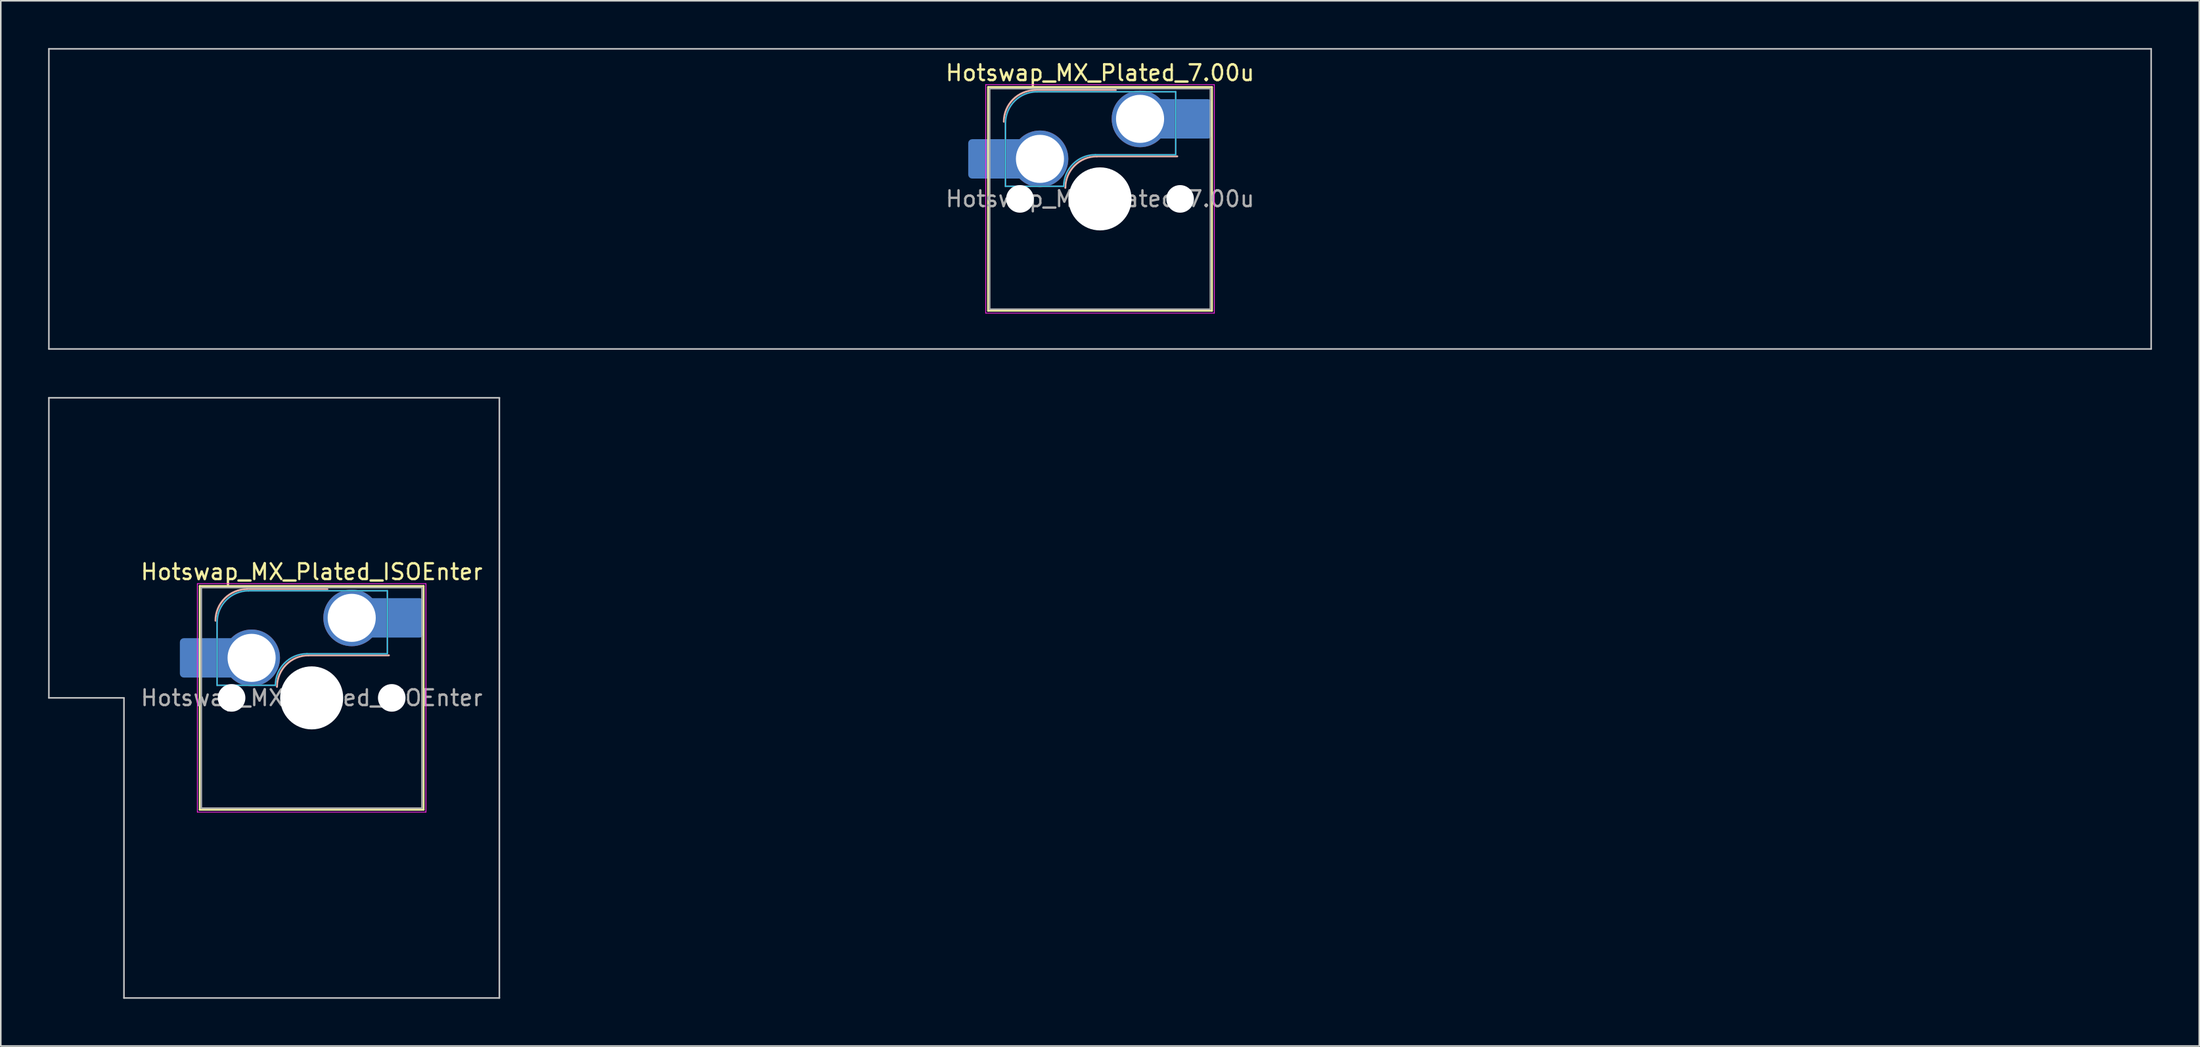
<source format=kicad_pcb>
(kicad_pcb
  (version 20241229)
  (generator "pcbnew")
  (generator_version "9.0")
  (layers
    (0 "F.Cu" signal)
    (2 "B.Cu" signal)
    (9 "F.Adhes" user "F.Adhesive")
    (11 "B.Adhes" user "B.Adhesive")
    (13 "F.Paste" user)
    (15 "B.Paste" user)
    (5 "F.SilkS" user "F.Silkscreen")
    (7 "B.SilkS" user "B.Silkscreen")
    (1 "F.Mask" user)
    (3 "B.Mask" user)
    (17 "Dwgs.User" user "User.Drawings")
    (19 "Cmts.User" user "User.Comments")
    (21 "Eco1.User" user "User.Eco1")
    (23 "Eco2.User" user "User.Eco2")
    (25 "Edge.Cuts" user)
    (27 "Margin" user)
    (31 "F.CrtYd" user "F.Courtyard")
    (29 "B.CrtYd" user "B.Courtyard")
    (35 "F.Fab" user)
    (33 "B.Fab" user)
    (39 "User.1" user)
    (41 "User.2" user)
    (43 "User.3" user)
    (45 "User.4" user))
  (footprint "Hotswap_MX_Plated_7.00u"
    (layer "F.Cu")
    (at 66.725 9.575)
    (property "Reference" "Hotswap_MX_Plated_7.00u" (at 0 -8 0) (layer "F.SilkS") (effects (font (size 1 1) (thickness 0.15))))
    (attr smd)
    (fp_line (start -7.1 -7.1) (end -7.1 7.1) (stroke (width 0.12) (type solid)) (layer "F.SilkS"))
    (fp_line (start -7.1 7.1) (end 7.1 7.1) (stroke (width 0.12) (type solid)) (layer "F.SilkS"))
    (fp_line (start 7.1 -7.1) (end -7.1 -7.1) (stroke (width 0.12) (type solid)) (layer "F.SilkS"))
    (fp_line (start 7.1 7.1) (end 7.1 -7.1) (stroke (width 0.12) (type solid)) (layer "F.SilkS"))
    (fp_line (start -4.1 -6.9) (end 1 -6.9) (stroke (width 0.12) (type solid)) (layer "B.SilkS"))
    (fp_line (start -0.2 -2.7) (end 4.9 -2.7) (stroke (width 0.12) (type solid)) (layer "B.SilkS"))
    (fp_arc (start -6.1 -4.9) (mid -5.514214 -6.314214) (end -4.1 -6.9) (stroke (width 0.12) (type solid)) (layer "B.SilkS"))
    (fp_arc (start -2.2 -0.7) (mid -1.614214 -2.114214) (end -0.2 -2.7) (stroke (width 0.12) (type solid)) (layer "B.SilkS"))
    (fp_line (start -66.675 -9.525) (end -66.675 9.525) (stroke (width 0.1) (type solid)) (layer "Dwgs.User"))
    (fp_line (start -66.675 9.525) (end 66.675 9.525) (stroke (width 0.1) (type solid)) (layer "Dwgs.User"))
    (fp_line (start 66.675 -9.525) (end -66.675 -9.525) (stroke (width 0.1) (type solid)) (layer "Dwgs.User"))
    (fp_line (start 66.675 9.525) (end 66.675 -9.525) (stroke (width 0.1) (type solid)) (layer "Dwgs.User"))
    (fp_line (start -7.8 -6) (end -7 -6) (stroke (width 0.1) (type solid)) (layer "Eco1.User"))
    (fp_line (start -7.8 -2.9) (end -7.8 -6) (stroke (width 0.1) (type solid)) (layer "Eco1.User"))
    (fp_line (start -7.8 2.9) (end -7 2.9) (stroke (width 0.1) (type solid)) (layer "Eco1.User"))
    (fp_line (start -7.8 6) (end -7.8 2.9) (stroke (width 0.1) (type solid)) (layer "Eco1.User"))
    (fp_line (start -7 -7) (end 7 -7) (stroke (width 0.1) (type solid)) (layer "Eco1.User"))
    (fp_line (start -7 -6) (end -7 -7) (stroke (width 0.1) (type solid)) (layer "Eco1.User"))
    (fp_line (start -7 -2.9) (end -7.8 -2.9) (stroke (width 0.1) (type solid)) (layer "Eco1.User"))
    (fp_line (start -7 2.9) (end -7 -2.9) (stroke (width 0.1) (type solid)) (layer "Eco1.User"))
    (fp_line (start -7 6) (end -7.8 6) (stroke (width 0.1) (type solid)) (layer "Eco1.User"))
    (fp_line (start -7 7) (end -7 6) (stroke (width 0.1) (type solid)) (layer "Eco1.User"))
    (fp_line (start 7 -7) (end 7 -6) (stroke (width 0.1) (type solid)) (layer "Eco1.User"))
    (fp_line (start 7 -6) (end 7.8 -6) (stroke (width 0.1) (type solid)) (layer "Eco1.User"))
    (fp_line (start 7 -2.9) (end 7 2.9) (stroke (width 0.1) (type solid)) (layer "Eco1.User"))
    (fp_line (start 7 2.9) (end 7.8 2.9) (stroke (width 0.1) (type solid)) (layer "Eco1.User"))
    (fp_line (start 7 6) (end 7 7) (stroke (width 0.1) (type solid)) (layer "Eco1.User"))
    (fp_line (start 7 7) (end -7 7) (stroke (width 0.1) (type solid)) (layer "Eco1.User"))
    (fp_line (start 7.8 -6) (end 7.8 -2.9) (stroke (width 0.1) (type solid)) (layer "Eco1.User"))
    (fp_line (start 7.8 -2.9) (end 7 -2.9) (stroke (width 0.1) (type solid)) (layer "Eco1.User"))
    (fp_line (start 7.8 2.9) (end 7.8 6) (stroke (width 0.1) (type solid)) (layer "Eco1.User"))
    (fp_line (start 7.8 6) (end 7 6) (stroke (width 0.1) (type solid)) (layer "Eco1.User"))
    (fp_line (start -6 -0.8) (end -6 -4.8) (stroke (width 0.05) (type solid)) (layer "B.CrtYd"))
    (fp_line (start -6 -0.8) (end -2.3 -0.8) (stroke (width 0.05) (type solid)) (layer "B.CrtYd"))
    (fp_line (start -4 -6.8) (end 4.8 -6.8) (stroke (width 0.05) (type solid)) (layer "B.CrtYd"))
    (fp_line (start -0.3 -2.8) (end 4.8 -2.8) (stroke (width 0.05) (type solid)) (layer "B.CrtYd"))
    (fp_line (start 4.8 -6.8) (end 4.8 -2.8) (stroke (width 0.05) (type solid)) (layer "B.CrtYd"))
    (fp_arc (start -6 -4.8) (mid -5.414214 -6.214214) (end -4 -6.8) (stroke (width 0.05) (type solid)) (layer "B.CrtYd"))
    (fp_arc (start -2.3 -0.8) (mid -1.714214 -2.214214) (end -0.3 -2.8) (stroke (width 0.05) (type solid)) (layer "B.CrtYd"))
    (fp_line (start -7.25 -7.25) (end -7.25 7.25) (stroke (width 0.05) (type solid)) (layer "F.CrtYd"))
    (fp_line (start -7.25 7.25) (end 7.25 7.25) (stroke (width 0.05) (type solid)) (layer "F.CrtYd"))
    (fp_line (start 7.25 -7.25) (end -7.25 -7.25) (stroke (width 0.05) (type solid)) (layer "F.CrtYd"))
    (fp_line (start 7.25 7.25) (end 7.25 -7.25) (stroke (width 0.05) (type solid)) (layer "F.CrtYd"))
    (fp_line (start -6 -0.8) (end -6 -4.8) (stroke (width 0.12) (type solid)) (layer "B.Fab"))
    (fp_line (start -6 -0.8) (end -2.3 -0.8) (stroke (width 0.12) (type solid)) (layer "B.Fab"))
    (fp_line (start -4 -6.8) (end 4.8 -6.8) (stroke (width 0.12) (type solid)) (layer "B.Fab"))
    (fp_line (start -0.3 -2.8) (end 4.8 -2.8) (stroke (width 0.12) (type solid)) (layer "B.Fab"))
    (fp_line (start 4.8 -6.8) (end 4.8 -2.8) (stroke (width 0.12) (type solid)) (layer "B.Fab"))
    (fp_arc (start -6 -4.8) (mid -5.414214 -6.214214) (end -4 -6.8) (stroke (width 0.12) (type solid)) (layer "B.Fab"))
    (fp_arc (start -2.3 -0.8) (mid -1.714214 -2.214214) (end -0.3 -2.8) (stroke (width 0.12) (type solid)) (layer "B.Fab"))
    (fp_line (start -7 -7) (end -7 7) (stroke (width 0.1) (type solid)) (layer "F.Fab"))
    (fp_line (start -7 7) (end 7 7) (stroke (width 0.1) (type solid)) (layer "F.Fab"))
    (fp_line (start 7 -7) (end -7 -7) (stroke (width 0.1) (type solid)) (layer "F.Fab"))
    (fp_line (start 7 7) (end 7 -7) (stroke (width 0.1) (type solid)) (layer "F.Fab"))
    (fp_text user "${REFERENCE}" (at 0 0 0) (layer "F.Fab") (effects (font (size 1 1) (thickness 0.15))))
    (pad "" smd roundrect (at -7.085 -2.54) (size 2.55 2.5) (layers "B.Mask" "B.Paste") (roundrect_rratio 0.1))
    (pad "" np_thru_hole circle (at -5.08 0) (size 1.75 1.75) (drill 1.75) (layers "*.Cu" "*.Mask"))
    (pad "" np_thru_hole circle (at 0 0) (size 4 4) (drill 4) (layers "*.Cu" "*.Mask"))
    (pad "" np_thru_hole circle (at 5.08 0) (size 1.75 1.75) (drill 1.75) (layers "*.Cu" "*.Mask"))
    (pad "" smd roundrect (at 5.842 -5.08) (size 2.55 2.5) (layers "B.Mask" "B.Paste") (roundrect_rratio 0.1))
    (pad "1" smd roundrect (at -6.585 -2.54) (size 3.55 2.5) (layers "B.Cu") (roundrect_rratio 0.1))
    (pad "1" thru_hole circle (at -3.81 -2.54) (size 3.6 3.6) (drill 3.05) (layers "*.Cu" "*.Mask"))
    (pad "2" thru_hole circle (at 2.54 -5.08) (size 3.6 3.6) (drill 3.05) (layers "*.Cu" "*.Mask"))
    (pad "2" smd roundrect (at 5.32 -5.08) (size 3.55 2.5) (layers "B.Cu") (roundrect_rratio 0.1)))
  (footprint "Hotswap_MX_Plated_ISOEnter"
    (layer "F.Cu")
    (at 16.719 41.25)
    (property "Reference" "Hotswap_MX_Plated_ISOEnter" (at 0 -8 0) (layer "F.SilkS") (effects (font (size 1 1) (thickness 0.15))))
    (attr smd)
    (fp_line (start -7.1 -7.1) (end -7.1 7.1) (stroke (width 0.12) (type solid)) (layer "F.SilkS"))
    (fp_line (start -7.1 7.1) (end 7.1 7.1) (stroke (width 0.12) (type solid)) (layer "F.SilkS"))
    (fp_line (start 7.1 -7.1) (end -7.1 -7.1) (stroke (width 0.12) (type solid)) (layer "F.SilkS"))
    (fp_line (start 7.1 7.1) (end 7.1 -7.1) (stroke (width 0.12) (type solid)) (layer "F.SilkS"))
    (fp_line (start -4.1 -6.9) (end 1 -6.9) (stroke (width 0.12) (type solid)) (layer "B.SilkS"))
    (fp_line (start -0.2 -2.7) (end 4.9 -2.7) (stroke (width 0.12) (type solid)) (layer "B.SilkS"))
    (fp_arc (start -6.1 -4.9) (mid -5.514214 -6.314214) (end -4.1 -6.9) (stroke (width 0.12) (type solid)) (layer "B.SilkS"))
    (fp_arc (start -2.2 -0.7) (mid -1.614214 -2.114214) (end -0.2 -2.7) (stroke (width 0.12) (type solid)) (layer "B.SilkS"))
    (fp_line (start -16.669 -19.05) (end -16.669 0) (stroke (width 0.1) (type solid)) (layer "Dwgs.User"))
    (fp_line (start -16.669 0) (end -11.906 0) (stroke (width 0.1) (type solid)) (layer "Dwgs.User"))
    (fp_line (start -11.906 0) (end -11.906 19.05) (stroke (width 0.1) (type solid)) (layer "Dwgs.User"))
    (fp_line (start -11.906 19.05) (end 11.906 19.05) (stroke (width 0.1) (type solid)) (layer "Dwgs.User"))
    (fp_line (start 11.906 -19.05) (end -16.669 -19.05) (stroke (width 0.1) (type solid)) (layer "Dwgs.User"))
    (fp_line (start 11.906 19.05) (end 11.906 -19.05) (stroke (width 0.1) (type solid)) (layer "Dwgs.User"))
    (fp_line (start -7.8 -6) (end -7 -6) (stroke (width 0.1) (type solid)) (layer "Eco1.User"))
    (fp_line (start -7.8 -2.9) (end -7.8 -6) (stroke (width 0.1) (type solid)) (layer "Eco1.User"))
    (fp_line (start -7.8 2.9) (end -7 2.9) (stroke (width 0.1) (type solid)) (layer "Eco1.User"))
    (fp_line (start -7.8 6) (end -7.8 2.9) (stroke (width 0.1) (type solid)) (layer "Eco1.User"))
    (fp_line (start -7 -7) (end 7 -7) (stroke (width 0.1) (type solid)) (layer "Eco1.User"))
    (fp_line (start -7 -6) (end -7 -7) (stroke (width 0.1) (type solid)) (layer "Eco1.User"))
    (fp_line (start -7 -2.9) (end -7.8 -2.9) (stroke (width 0.1) (type solid)) (layer "Eco1.User"))
    (fp_line (start -7 2.9) (end -7 -2.9) (stroke (width 0.1) (type solid)) (layer "Eco1.User"))
    (fp_line (start -7 6) (end -7.8 6) (stroke (width 0.1) (type solid)) (layer "Eco1.User"))
    (fp_line (start -7 7) (end -7 6) (stroke (width 0.1) (type solid)) (layer "Eco1.User"))
    (fp_line (start 7 -7) (end 7 -6) (stroke (width 0.1) (type solid)) (layer "Eco1.User"))
    (fp_line (start 7 -6) (end 7.8 -6) (stroke (width 0.1) (type solid)) (layer "Eco1.User"))
    (fp_line (start 7 -2.9) (end 7 2.9) (stroke (width 0.1) (type solid)) (layer "Eco1.User"))
    (fp_line (start 7 2.9) (end 7.8 2.9) (stroke (width 0.1) (type solid)) (layer "Eco1.User"))
    (fp_line (start 7 6) (end 7 7) (stroke (width 0.1) (type solid)) (layer "Eco1.User"))
    (fp_line (start 7 7) (end -7 7) (stroke (width 0.1) (type solid)) (layer "Eco1.User"))
    (fp_line (start 7.8 -6) (end 7.8 -2.9) (stroke (width 0.1) (type solid)) (layer "Eco1.User"))
    (fp_line (start 7.8 -2.9) (end 7 -2.9) (stroke (width 0.1) (type solid)) (layer "Eco1.User"))
    (fp_line (start 7.8 2.9) (end 7.8 6) (stroke (width 0.1) (type solid)) (layer "Eco1.User"))
    (fp_line (start 7.8 6) (end 7 6) (stroke (width 0.1) (type solid)) (layer "Eco1.User"))
    (fp_line (start -6 -0.8) (end -6 -4.8) (stroke (width 0.05) (type solid)) (layer "B.CrtYd"))
    (fp_line (start -6 -0.8) (end -2.3 -0.8) (stroke (width 0.05) (type solid)) (layer "B.CrtYd"))
    (fp_line (start -4 -6.8) (end 4.8 -6.8) (stroke (width 0.05) (type solid)) (layer "B.CrtYd"))
    (fp_line (start -0.3 -2.8) (end 4.8 -2.8) (stroke (width 0.05) (type solid)) (layer "B.CrtYd"))
    (fp_line (start 4.8 -6.8) (end 4.8 -2.8) (stroke (width 0.05) (type solid)) (layer "B.CrtYd"))
    (fp_arc (start -6 -4.8) (mid -5.414214 -6.214214) (end -4 -6.8) (stroke (width 0.05) (type solid)) (layer "B.CrtYd"))
    (fp_arc (start -2.3 -0.8) (mid -1.714214 -2.214214) (end -0.3 -2.8) (stroke (width 0.05) (type solid)) (layer "B.CrtYd"))
    (fp_line (start -7.25 -7.25) (end -7.25 7.25) (stroke (width 0.05) (type solid)) (layer "F.CrtYd"))
    (fp_line (start -7.25 7.25) (end 7.25 7.25) (stroke (width 0.05) (type solid)) (layer "F.CrtYd"))
    (fp_line (start 7.25 -7.25) (end -7.25 -7.25) (stroke (width 0.05) (type solid)) (layer "F.CrtYd"))
    (fp_line (start 7.25 7.25) (end 7.25 -7.25) (stroke (width 0.05) (type solid)) (layer "F.CrtYd"))
    (fp_line (start -6 -0.8) (end -6 -4.8) (stroke (width 0.12) (type solid)) (layer "B.Fab"))
    (fp_line (start -6 -0.8) (end -2.3 -0.8) (stroke (width 0.12) (type solid)) (layer "B.Fab"))
    (fp_line (start -4 -6.8) (end 4.8 -6.8) (stroke (width 0.12) (type solid)) (layer "B.Fab"))
    (fp_line (start -0.3 -2.8) (end 4.8 -2.8) (stroke (width 0.12) (type solid)) (layer "B.Fab"))
    (fp_line (start 4.8 -6.8) (end 4.8 -2.8) (stroke (width 0.12) (type solid)) (layer "B.Fab"))
    (fp_arc (start -6 -4.8) (mid -5.414214 -6.214214) (end -4 -6.8) (stroke (width 0.12) (type solid)) (layer "B.Fab"))
    (fp_arc (start -2.3 -0.8) (mid -1.714214 -2.214214) (end -0.3 -2.8) (stroke (width 0.12) (type solid)) (layer "B.Fab"))
    (fp_line (start -7 -7) (end -7 7) (stroke (width 0.1) (type solid)) (layer "F.Fab"))
    (fp_line (start -7 7) (end 7 7) (stroke (width 0.1) (type solid)) (layer "F.Fab"))
    (fp_line (start 7 -7) (end -7 -7) (stroke (width 0.1) (type solid)) (layer "F.Fab"))
    (fp_line (start 7 7) (end 7 -7) (stroke (width 0.1) (type solid)) (layer "F.Fab"))
    (fp_text user "${REFERENCE}" (at 0 0 0) (layer "F.Fab") (effects (font (size 1 1) (thickness 0.15))))
    (pad "" smd roundrect (at -7.085 -2.54) (size 2.55 2.5) (layers "B.Mask" "B.Paste") (roundrect_rratio 0.1))
    (pad "" np_thru_hole circle (at -5.08 0) (size 1.75 1.75) (drill 1.75) (layers "*.Cu" "*.Mask"))
    (pad "" np_thru_hole circle (at 0 0) (size 4 4) (drill 4) (layers "*.Cu" "*.Mask"))
    (pad "" np_thru_hole circle (at 5.08 0) (size 1.75 1.75) (drill 1.75) (layers "*.Cu" "*.Mask"))
    (pad "" smd roundrect (at 5.842 -5.08) (size 2.55 2.5) (layers "B.Mask" "B.Paste") (roundrect_rratio 0.1))
    (pad "1" smd roundrect (at -6.585 -2.54) (size 3.55 2.5) (layers "B.Cu") (roundrect_rratio 0.1))
    (pad "1" thru_hole circle (at -3.81 -2.54) (size 3.6 3.6) (drill 3.05) (layers "*.Cu" "*.Mask"))
    (pad "2" thru_hole circle (at 2.54 -5.08) (size 3.6 3.6) (drill 3.05) (layers "*.Cu" "*.Mask"))
    (pad "2" smd roundrect (at 5.32 -5.08) (size 3.55 2.5) (layers "B.Cu") (roundrect_rratio 0.1)))
  (gr_rect
    (start -3 -3)
    (end 136.45 63.35)
    (stroke (width 0.1) (type default))
    (fill no)
    (layer "Edge.Cuts")))
</source>
